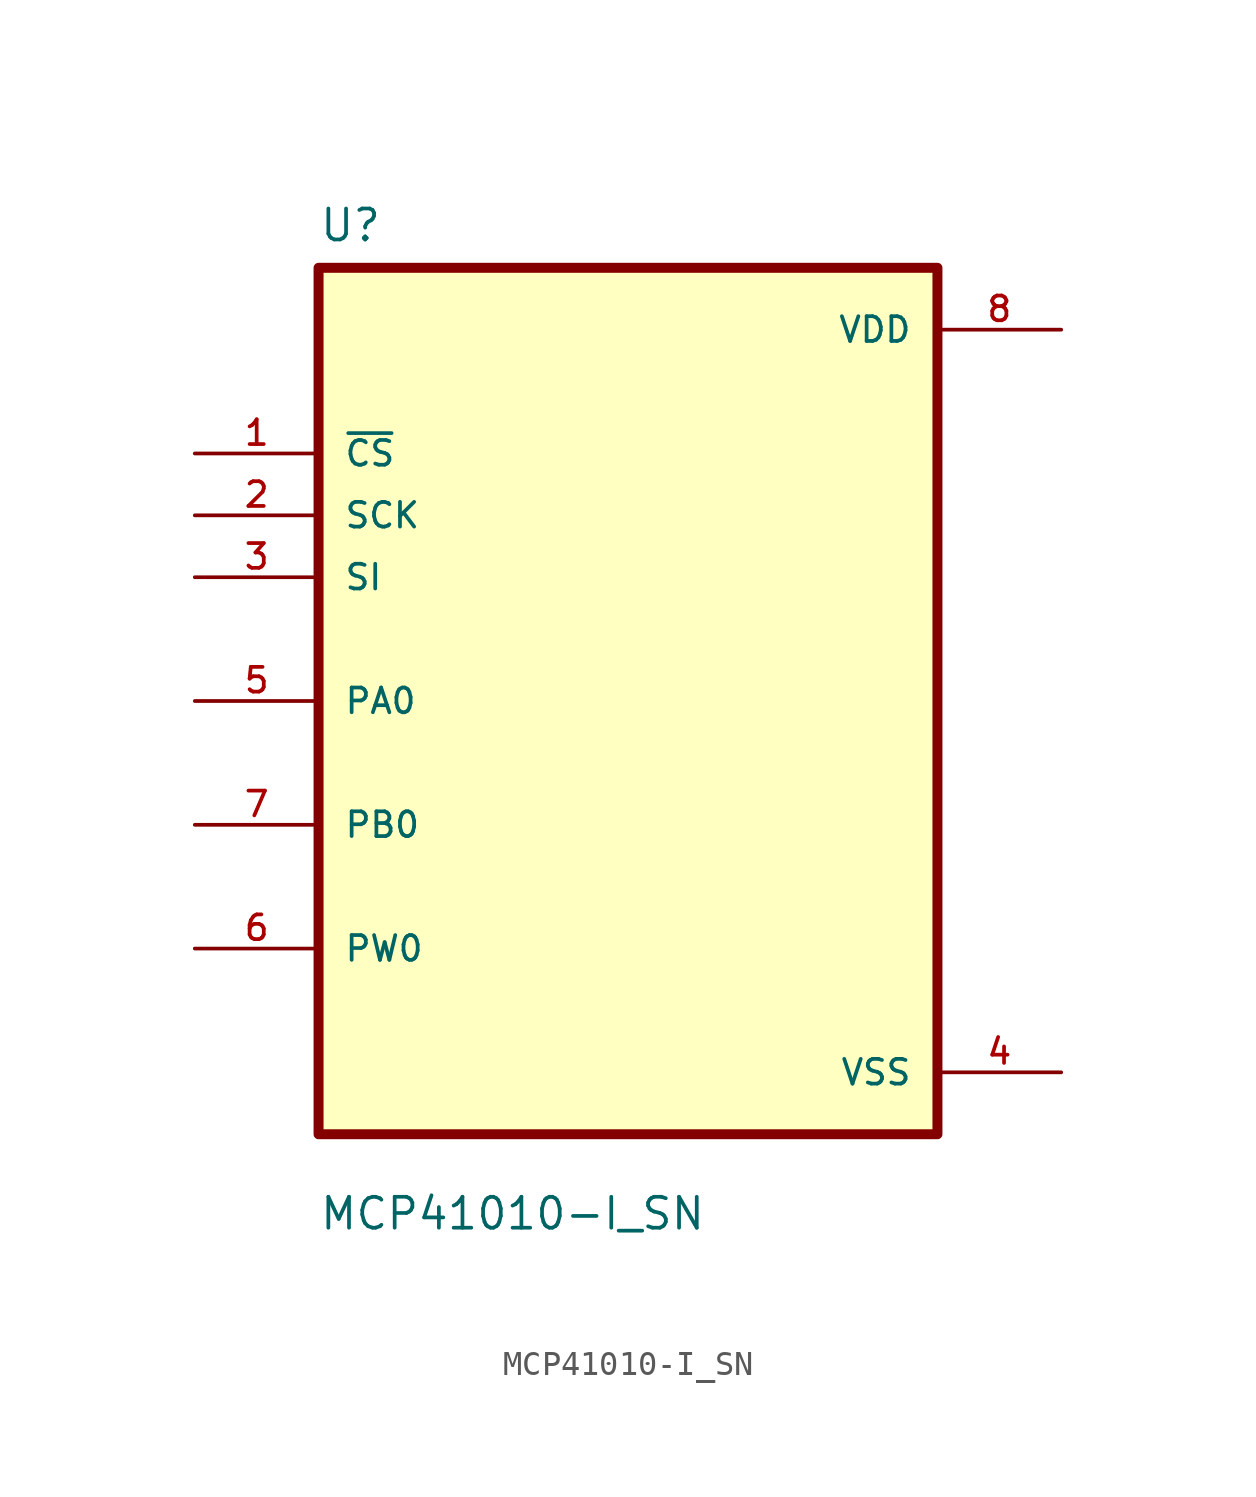
<source format=kicad_sym>
(kicad_symbol_lib
  (version 20211014)
  (generator kicad_symbol_editor)
  (symbol "MCP41010-I_SN"
    (pin_names
      (offset 1.016))
    (property "Reference" "U"
      (at -12.7 18.78 0.0)
      (effects (font (size 1.27 1.27)) (justify bottom left)))
    (property "Value" "MCP41010-I_SN"
      (at -12.7 -21.78 0.0)
      (effects (font (size 1.27 1.27)) (justify bottom left)))
    (symbol "MCP41010-I_SN_0_0"
      (rectangle (start -12.7 -17.78) (end 12.7 17.78) (stroke (width 0.41)) (fill (type background)))
      (pin input line (at -17.78 10.16 0) (length 5.08) (name "~{CS}" (effects (font (size 1.016 1.016)))) (number "1" (effects (font (size 1.016 1.016)))))
      (pin input line (at -17.78 7.62 0) (length 5.08) (name "SCK" (effects (font (size 1.016 1.016)))) (number "2" (effects (font (size 1.016 1.016)))))
      (pin input line (at -17.78 5.08 0) (length 5.08) (name "SI" (effects (font (size 1.016 1.016)))) (number "3" (effects (font (size 1.016 1.016)))))
      (pin bidirectional line (at -17.78 0.0 0) (length 5.08) (name "PA0" (effects (font (size 1.016 1.016)))) (number "5" (effects (font (size 1.016 1.016)))))
      (pin bidirectional line (at -17.78 -5.08 0) (length 5.08) (name "PB0" (effects (font (size 1.016 1.016)))) (number "7" (effects (font (size 1.016 1.016)))))
      (pin bidirectional line (at -17.78 -10.16 0) (length 5.08) (name "PW0" (effects (font (size 1.016 1.016)))) (number "6" (effects (font (size 1.016 1.016)))))
      (pin power_in line (at 17.78 15.24 180.0) (length 5.08) (name "VDD" (effects (font (size 1.016 1.016)))) (number "8" (effects (font (size 1.016 1.016)))))
      (pin power_in line (at 17.78 -15.24 180.0) (length 5.08) (name "VSS" (effects (font (size 1.016 1.016)))) (number "4" (effects (font (size 1.016 1.016))))))))
</source>
